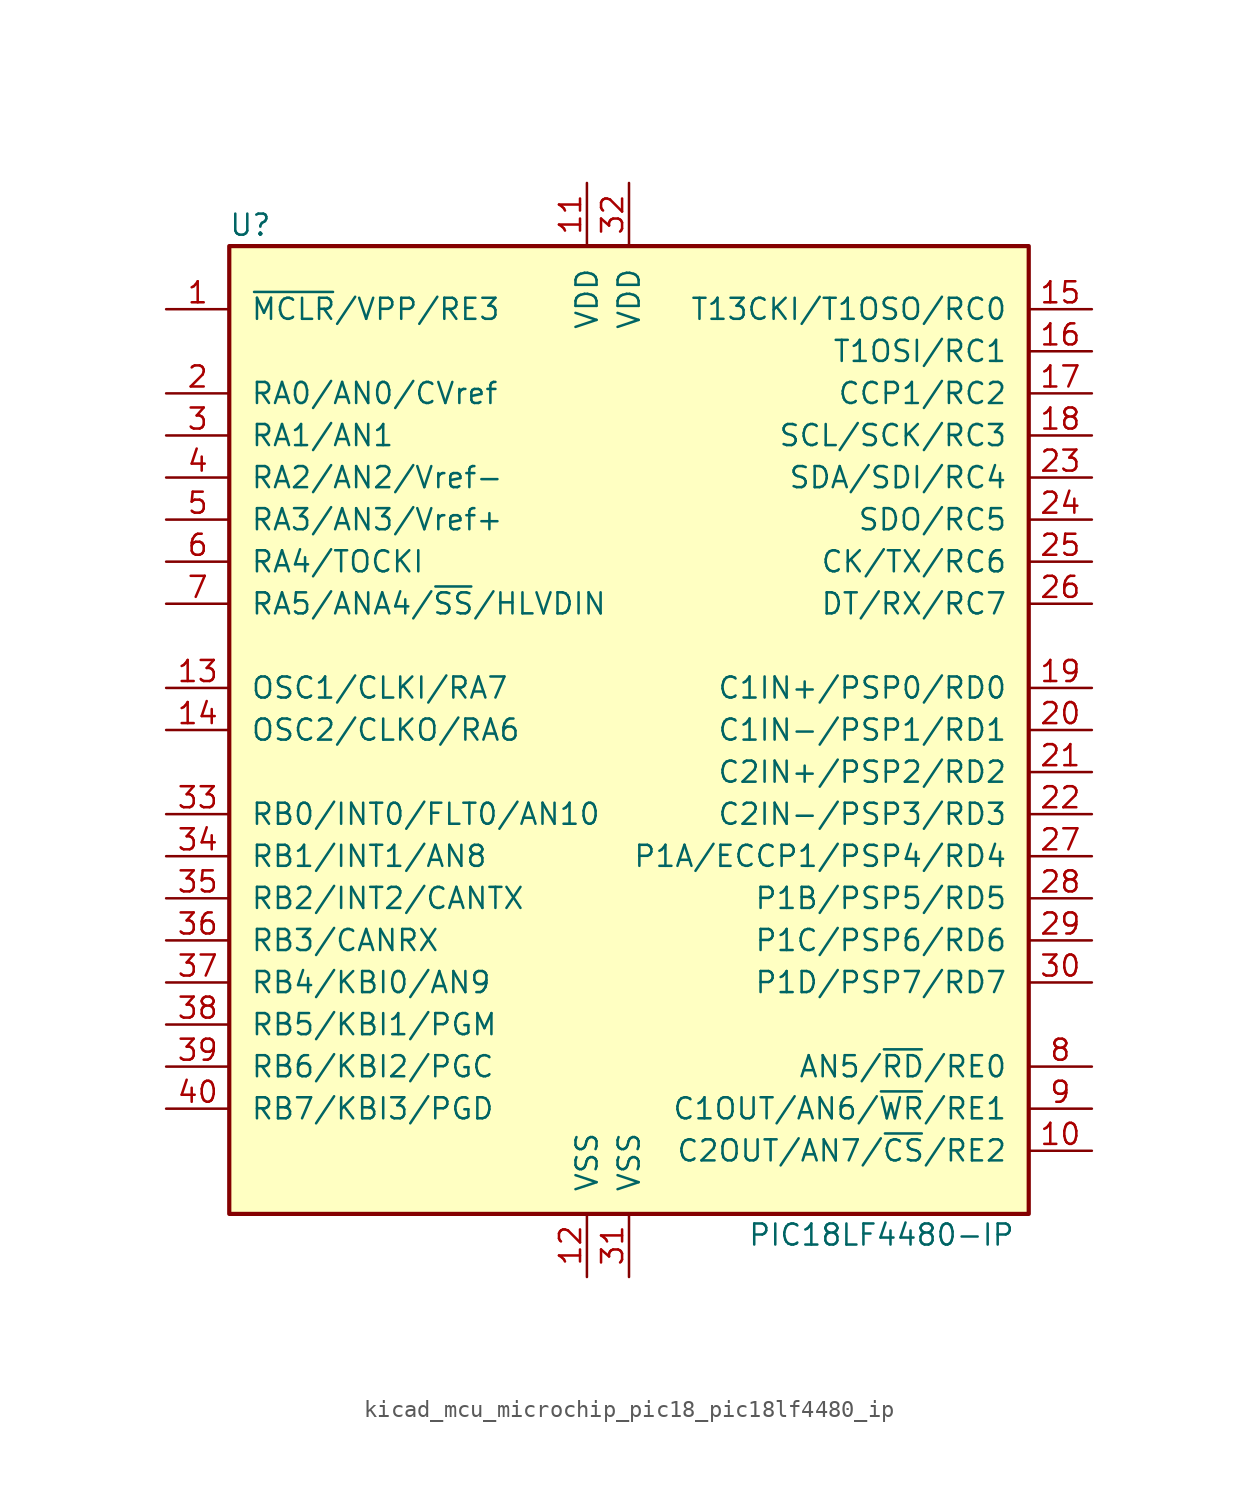
<source format=kicad_sym>
(kicad_symbol_lib
  (version 20220914)
  (generator kicad_symbol_editor)
  (symbol "kicad_mcu_microchip_pic18_pic18lf4480_ip"
    (pin_names
      (offset 1.27))
    (property "Reference" "U"
      (at -22.86 30.48 0)
      (effects (font (size 1.27 1.27))))
    (property "Value" "PIC18LF4480-IP"
      (at 15.24 -30.48 0)
      (effects (font (size 1.27 1.27))))
    (symbol "kicad_mcu_microchip_pic18_pic18lf4480_ip_0_1"
      (rectangle (start -24.13 -29.21) (end 24.13 29.21) (stroke (width 0.254) (type default)) (fill (type background))))
    (symbol "kicad_mcu_microchip_pic18_pic18lf4480_ip_1_1"
      (pin input line (at -27.94 25.4 0) (length 3.81) (name "~{MCLR}/VPP/RE3" (effects (font (size 1.27 1.27)))) (number "1" (effects (font (size 1.27 1.27)))))
      (pin bidirectional line (at 27.94 -25.4 180) (length 3.81) (name "C2OUT/AN7/~{CS}/RE2" (effects (font (size 1.27 1.27)))) (number "10" (effects (font (size 1.27 1.27)))))
      (pin power_in line (at -2.54 33.02 270) (length 3.81) (name "VDD" (effects (font (size 1.27 1.27)))) (number "11" (effects (font (size 1.27 1.27)))))
      (pin power_in line (at -2.54 -33.02 90) (length 3.81) (name "VSS" (effects (font (size 1.27 1.27)))) (number "12" (effects (font (size 1.27 1.27)))))
      (pin input line (at -27.94 2.54 0) (length 3.81) (name "OSC1/CLKI/RA7" (effects (font (size 1.27 1.27)))) (number "13" (effects (font (size 1.27 1.27)))))
      (pin output line (at -27.94 0 0) (length 3.81) (name "OSC2/CLKO/RA6" (effects (font (size 1.27 1.27)))) (number "14" (effects (font (size 1.27 1.27)))))
      (pin bidirectional line (at 27.94 25.4 180) (length 3.81) (name "T13CKI/T1OSO/RC0" (effects (font (size 1.27 1.27)))) (number "15" (effects (font (size 1.27 1.27)))))
      (pin bidirectional line (at 27.94 22.86 180) (length 3.81) (name "T1OSI/RC1" (effects (font (size 1.27 1.27)))) (number "16" (effects (font (size 1.27 1.27)))))
      (pin bidirectional line (at 27.94 20.32 180) (length 3.81) (name "CCP1/RC2" (effects (font (size 1.27 1.27)))) (number "17" (effects (font (size 1.27 1.27)))))
      (pin bidirectional line (at 27.94 17.78 180) (length 3.81) (name "SCL/SCK/RC3" (effects (font (size 1.27 1.27)))) (number "18" (effects (font (size 1.27 1.27)))))
      (pin bidirectional line (at 27.94 2.54 180) (length 3.81) (name "C1IN+/PSP0/RD0" (effects (font (size 1.27 1.27)))) (number "19" (effects (font (size 1.27 1.27)))))
      (pin bidirectional line (at -27.94 20.32 0) (length 3.81) (name "RA0/AN0/CVref" (effects (font (size 1.27 1.27)))) (number "2" (effects (font (size 1.27 1.27)))))
      (pin bidirectional line (at 27.94 0 180) (length 3.81) (name "C1IN-/PSP1/RD1" (effects (font (size 1.27 1.27)))) (number "20" (effects (font (size 1.27 1.27)))))
      (pin bidirectional line (at 27.94 -2.54 180) (length 3.81) (name "C2IN+/PSP2/RD2" (effects (font (size 1.27 1.27)))) (number "21" (effects (font (size 1.27 1.27)))))
      (pin bidirectional line (at 27.94 -5.08 180) (length 3.81) (name "C2IN-/PSP3/RD3" (effects (font (size 1.27 1.27)))) (number "22" (effects (font (size 1.27 1.27)))))
      (pin bidirectional line (at 27.94 15.24 180) (length 3.81) (name "SDA/SDI/RC4" (effects (font (size 1.27 1.27)))) (number "23" (effects (font (size 1.27 1.27)))))
      (pin bidirectional line (at 27.94 12.7 180) (length 3.81) (name "SDO/RC5" (effects (font (size 1.27 1.27)))) (number "24" (effects (font (size 1.27 1.27)))))
      (pin bidirectional line (at 27.94 10.16 180) (length 3.81) (name "CK/TX/RC6" (effects (font (size 1.27 1.27)))) (number "25" (effects (font (size 1.27 1.27)))))
      (pin bidirectional line (at 27.94 7.62 180) (length 3.81) (name "DT/RX/RC7" (effects (font (size 1.27 1.27)))) (number "26" (effects (font (size 1.27 1.27)))))
      (pin bidirectional line (at 27.94 -7.62 180) (length 3.81) (name "P1A/ECCP1/PSP4/RD4" (effects (font (size 1.27 1.27)))) (number "27" (effects (font (size 1.27 1.27)))))
      (pin bidirectional line (at 27.94 -10.16 180) (length 3.81) (name "P1B/PSP5/RD5" (effects (font (size 1.27 1.27)))) (number "28" (effects (font (size 1.27 1.27)))))
      (pin bidirectional line (at 27.94 -12.7 180) (length 3.81) (name "P1C/PSP6/RD6" (effects (font (size 1.27 1.27)))) (number "29" (effects (font (size 1.27 1.27)))))
      (pin bidirectional line (at -27.94 17.78 0) (length 3.81) (name "RA1/AN1" (effects (font (size 1.27 1.27)))) (number "3" (effects (font (size 1.27 1.27)))))
      (pin bidirectional line (at 27.94 -15.24 180) (length 3.81) (name "P1D/PSP7/RD7" (effects (font (size 1.27 1.27)))) (number "30" (effects (font (size 1.27 1.27)))))
      (pin power_in line (at 0 -33.02 90) (length 3.81) (name "VSS" (effects (font (size 1.27 1.27)))) (number "31" (effects (font (size 1.27 1.27)))))
      (pin power_in line (at 0 33.02 270) (length 3.81) (name "VDD" (effects (font (size 1.27 1.27)))) (number "32" (effects (font (size 1.27 1.27)))))
      (pin bidirectional line (at -27.94 -5.08 0) (length 3.81) (name "RB0/INT0/FLT0/AN10" (effects (font (size 1.27 1.27)))) (number "33" (effects (font (size 1.27 1.27)))))
      (pin bidirectional line (at -27.94 -7.62 0) (length 3.81) (name "RB1/INT1/AN8" (effects (font (size 1.27 1.27)))) (number "34" (effects (font (size 1.27 1.27)))))
      (pin bidirectional line (at -27.94 -10.16 0) (length 3.81) (name "RB2/INT2/CANTX" (effects (font (size 1.27 1.27)))) (number "35" (effects (font (size 1.27 1.27)))))
      (pin bidirectional line (at -27.94 -12.7 0) (length 3.81) (name "RB3/CANRX" (effects (font (size 1.27 1.27)))) (number "36" (effects (font (size 1.27 1.27)))))
      (pin bidirectional line (at -27.94 -15.24 0) (length 3.81) (name "RB4/KBI0/AN9" (effects (font (size 1.27 1.27)))) (number "37" (effects (font (size 1.27 1.27)))))
      (pin bidirectional line (at -27.94 -17.78 0) (length 3.81) (name "RB5/KBI1/PGM" (effects (font (size 1.27 1.27)))) (number "38" (effects (font (size 1.27 1.27)))))
      (pin bidirectional line (at -27.94 -20.32 0) (length 3.81) (name "RB6/KBI2/PGC" (effects (font (size 1.27 1.27)))) (number "39" (effects (font (size 1.27 1.27)))))
      (pin bidirectional line (at -27.94 15.24 0) (length 3.81) (name "RA2/AN2/Vref-" (effects (font (size 1.27 1.27)))) (number "4" (effects (font (size 1.27 1.27)))))
      (pin bidirectional line (at -27.94 -22.86 0) (length 3.81) (name "RB7/KBI3/PGD" (effects (font (size 1.27 1.27)))) (number "40" (effects (font (size 1.27 1.27)))))
      (pin bidirectional line (at -27.94 12.7 0) (length 3.81) (name "RA3/AN3/Vref+" (effects (font (size 1.27 1.27)))) (number "5" (effects (font (size 1.27 1.27)))))
      (pin bidirectional line (at -27.94 10.16 0) (length 3.81) (name "RA4/TOCKI" (effects (font (size 1.27 1.27)))) (number "6" (effects (font (size 1.27 1.27)))))
      (pin bidirectional line (at -27.94 7.62 0) (length 3.81) (name "RA5/ANA4/~{SS}/HLVDIN" (effects (font (size 1.27 1.27)))) (number "7" (effects (font (size 1.27 1.27)))))
      (pin bidirectional line (at 27.94 -20.32 180) (length 3.81) (name "AN5/~{RD}/RE0" (effects (font (size 1.27 1.27)))) (number "8" (effects (font (size 1.27 1.27)))))
      (pin bidirectional line (at 27.94 -22.86 180) (length 3.81) (name "C1OUT/AN6/~{WR}/RE1" (effects (font (size 1.27 1.27)))) (number "9" (effects (font (size 1.27 1.27))))))))
</source>
